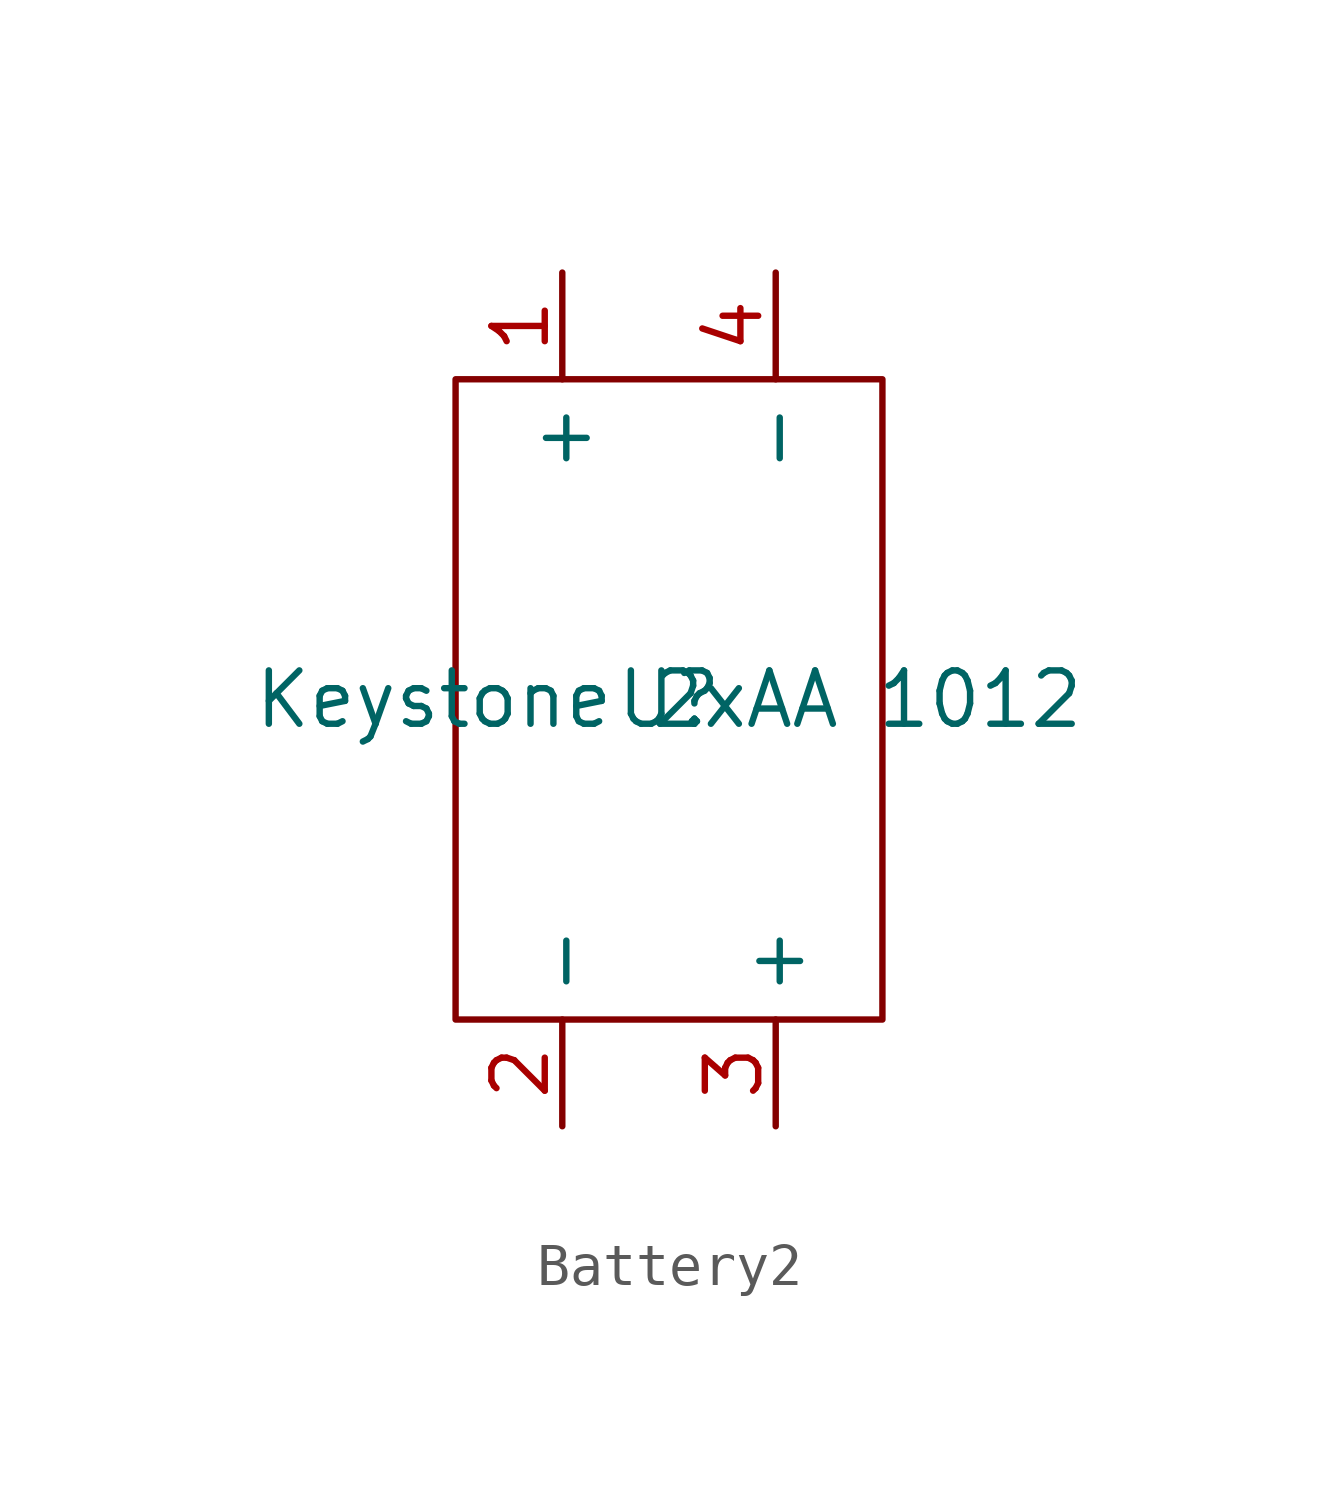
<source format=kicad_sym>
(kicad_symbol_lib
  (version 20220914)
  (generator kicad_symbol_editor)
  (symbol "Battery2"
    (property "Reference" "U"
      (at 0 0 0)
      (effects (font (size 1.27 1.27))))
    (property "Value" "Keystone 2xAA 1012"
      (at 0 0 0)
      (effects (font (size 1.27 1.27))))
    (symbol "Battery2_0_1"
      (rectangle (start -5.08 7.62) (end 5.08 -7.62) (stroke (width 0) (type default)) (fill (type none))))
    (symbol "Battery2_1_1"
      (pin passive line (at -2.54 10.16 270) (length 2.54) (name "+" (effects (font (size 1.27 1.27)))) (number "1" (effects (font (size 1.27 1.27)))))
      (pin passive line (at -2.54 -10.16 90) (length 2.54) (name "-" (effects (font (size 1.27 1.27)))) (number "2" (effects (font (size 1.27 1.27)))))
      (pin passive line (at 2.54 -10.16 90) (length 2.54) (name "+" (effects (font (size 1.27 1.27)))) (number "3" (effects (font (size 1.27 1.27)))))
      (pin passive line (at 2.54 10.16 270) (length 2.54) (name "-" (effects (font (size 1.27 1.27)))) (number "4" (effects (font (size 1.27 1.27))))))))
</source>
